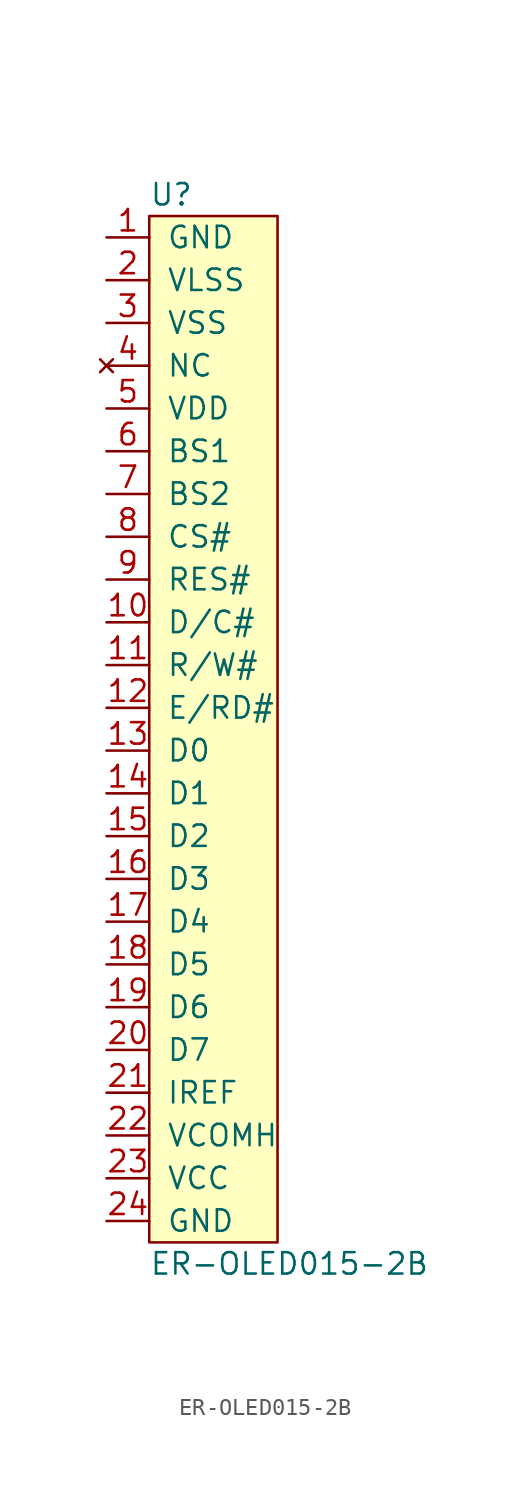
<source format=kicad_sym>
(kicad_symbol_lib
  (version 20211014)
  (generator kicad_symbol_editor)
  (symbol "ER-OLED015-2B"
    (pin_names
      (offset 1.016))
    (property "Reference" "U"
      (at -2.54 30.48 0)
      (effects (font (size 1.27 1.27)) (justify left)))
    (property "Value" "ER-OLED015-2B"
      (at -2.54 -33.02 0)
      (effects (font (size 1.27 1.27)) (justify left)))
    (symbol "ER-OLED015-2B_0_1"
      (rectangle (start -2.54 29.21) (end 5.08 -31.75) (stroke (width 0) (type default) (color 0 0 0 0)) (fill (type background))))
    (symbol "ER-OLED015-2B_1_1"
      (pin power_in line (at -5.08 27.94 0) (length 2.54) (name "GND" (effects (font (size 1.27 1.27)))) (number "1" (effects (font (size 1.27 1.27)))))
      (pin input line (at -5.08 5.08 0) (length 2.54) (name "D/C#" (effects (font (size 1.27 1.27)))) (number "10" (effects (font (size 1.27 1.27)))))
      (pin input line (at -5.08 2.54 0) (length 2.54) (name "R/W#" (effects (font (size 1.27 1.27)))) (number "11" (effects (font (size 1.27 1.27)))))
      (pin input line (at -5.08 0 0) (length 2.54) (name "E/RD#" (effects (font (size 1.27 1.27)))) (number "12" (effects (font (size 1.27 1.27)))))
      (pin input line (at -5.08 -2.54 0) (length 2.54) (name "D0" (effects (font (size 1.27 1.27)))) (number "13" (effects (font (size 1.27 1.27)))))
      (pin input line (at -5.08 -5.08 0) (length 2.54) (name "D1" (effects (font (size 1.27 1.27)))) (number "14" (effects (font (size 1.27 1.27)))))
      (pin input line (at -5.08 -7.62 0) (length 2.54) (name "D2" (effects (font (size 1.27 1.27)))) (number "15" (effects (font (size 1.27 1.27)))))
      (pin input line (at -5.08 -10.16 0) (length 2.54) (name "D3" (effects (font (size 1.27 1.27)))) (number "16" (effects (font (size 1.27 1.27)))))
      (pin input line (at -5.08 -12.7 0) (length 2.54) (name "D4" (effects (font (size 1.27 1.27)))) (number "17" (effects (font (size 1.27 1.27)))))
      (pin input line (at -5.08 -15.24 0) (length 2.54) (name "D5" (effects (font (size 1.27 1.27)))) (number "18" (effects (font (size 1.27 1.27)))))
      (pin input line (at -5.08 -17.78 0) (length 2.54) (name "D6" (effects (font (size 1.27 1.27)))) (number "19" (effects (font (size 1.27 1.27)))))
      (pin power_in line (at -5.08 25.4 0) (length 2.54) (name "VLSS" (effects (font (size 1.27 1.27)))) (number "2" (effects (font (size 1.27 1.27)))))
      (pin input line (at -5.08 -20.32 0) (length 2.54) (name "D7" (effects (font (size 1.27 1.27)))) (number "20" (effects (font (size 1.27 1.27)))))
      (pin input line (at -5.08 -22.86 0) (length 2.54) (name "IREF" (effects (font (size 1.27 1.27)))) (number "21" (effects (font (size 1.27 1.27)))))
      (pin power_in line (at -5.08 -25.4 0) (length 2.54) (name "VCOMH" (effects (font (size 1.27 1.27)))) (number "22" (effects (font (size 1.27 1.27)))))
      (pin power_in line (at -5.08 -27.94 0) (length 2.54) (name "VCC" (effects (font (size 1.27 1.27)))) (number "23" (effects (font (size 1.27 1.27)))))
      (pin power_in line (at -5.08 -30.48 0) (length 2.54) (name "GND" (effects (font (size 1.27 1.27)))) (number "24" (effects (font (size 1.27 1.27)))))
      (pin power_in line (at -5.08 22.86 0) (length 2.54) (name "VSS" (effects (font (size 1.27 1.27)))) (number "3" (effects (font (size 1.27 1.27)))))
      (pin no_connect line (at -5.08 20.32 0) (length 2.54) (name "NC" (effects (font (size 1.27 1.27)))) (number "4" (effects (font (size 1.27 1.27)))))
      (pin power_in line (at -5.08 17.78 0) (length 2.54) (name "VDD" (effects (font (size 1.27 1.27)))) (number "5" (effects (font (size 1.27 1.27)))))
      (pin input line (at -5.08 15.24 0) (length 2.54) (name "BS1" (effects (font (size 1.27 1.27)))) (number "6" (effects (font (size 1.27 1.27)))))
      (pin input line (at -5.08 12.7 0) (length 2.54) (name "BS2" (effects (font (size 1.27 1.27)))) (number "7" (effects (font (size 1.27 1.27)))))
      (pin input line (at -5.08 10.16 0) (length 2.54) (name "CS#" (effects (font (size 1.27 1.27)))) (number "8" (effects (font (size 1.27 1.27)))))
      (pin input line (at -5.08 7.62 0) (length 2.54) (name "RES#" (effects (font (size 1.27 1.27)))) (number "9" (effects (font (size 1.27 1.27))))))))
</source>
